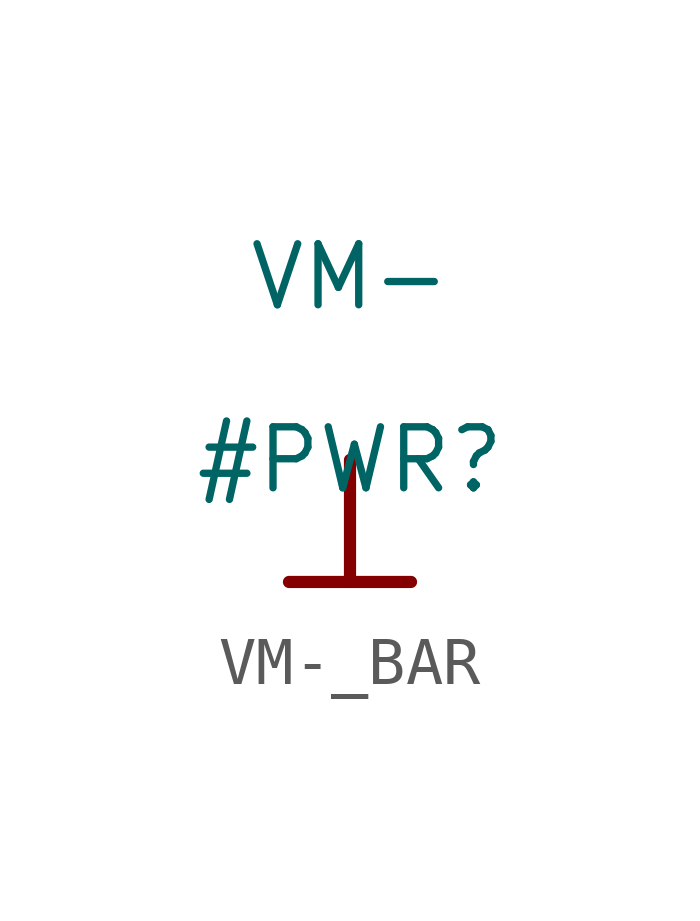
<source format=kicad_sym>
(kicad_symbol_lib
  (version 20231120)
  (generator "kicad_symbol_editor")
  (generator_version "8.0")
  (symbol "VM-_BAR"
    (power)
    (property "Reference" "#PWR"
      (at 0 0 0)
      (effects (font (size 1.27 1.27))))
    (property "Value" "VM-"
      (at 0 3.81 0)
      (effects (font (size 1.27 1.27))))
    (symbol "VM-_BAR_0_0"
      (polyline (pts (xy -1.27 -2.54) (xy 1.27 -2.54)) (stroke (width 0.254) (type solid)) (fill (type none)))
      (polyline (pts (xy 0 0) (xy 0 -2.54)) (stroke (width 0.254) (type solid)) (fill (type none)))
      (pin power_in line (at 0 0 0) (length 0) hide (name "VM-" (effects (font (size 1.27 1.27)))) (number "" (effects (font (size 1.27 1.27))))))))
</source>
